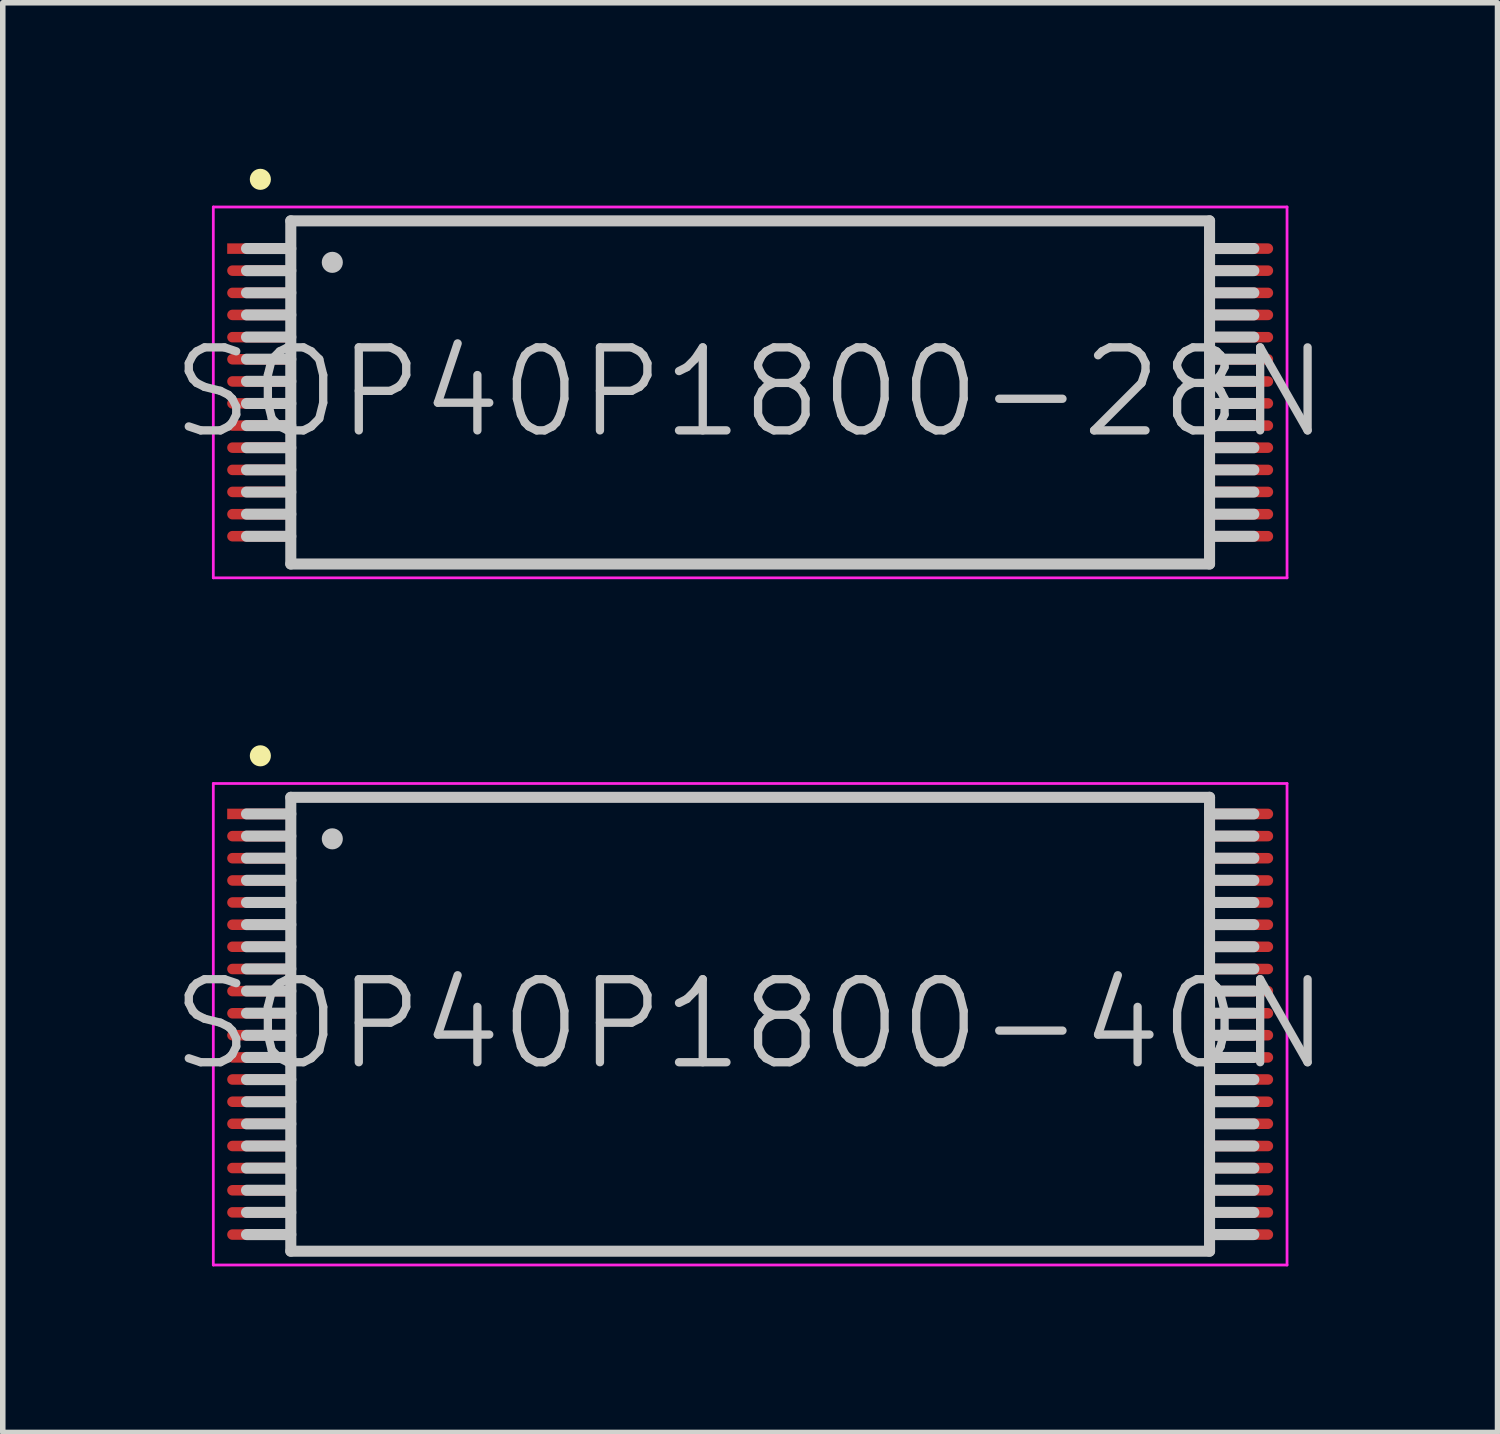
<source format=kicad_pcb>
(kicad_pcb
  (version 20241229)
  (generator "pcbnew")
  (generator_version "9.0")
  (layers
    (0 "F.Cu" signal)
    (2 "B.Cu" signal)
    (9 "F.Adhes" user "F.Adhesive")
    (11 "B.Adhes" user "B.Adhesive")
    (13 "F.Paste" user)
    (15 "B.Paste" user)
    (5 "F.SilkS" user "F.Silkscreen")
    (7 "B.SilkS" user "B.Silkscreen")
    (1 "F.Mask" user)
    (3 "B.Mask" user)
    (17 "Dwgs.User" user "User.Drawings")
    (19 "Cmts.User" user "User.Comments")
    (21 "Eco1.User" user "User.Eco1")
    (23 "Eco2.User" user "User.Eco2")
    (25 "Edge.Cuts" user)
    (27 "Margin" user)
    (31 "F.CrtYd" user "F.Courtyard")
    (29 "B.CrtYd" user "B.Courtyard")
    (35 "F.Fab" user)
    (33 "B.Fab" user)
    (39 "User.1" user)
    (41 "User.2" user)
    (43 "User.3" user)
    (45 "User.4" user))
  (footprint "SOP40P1800-40N"
    (layer "F.Cu")
    (at 10.504 15.456)
    (property "Reference" "SOP40P1800-40N" (at 0 0 0) (layer "Dwgs.User") (effects (font (size 1.5 1.5) (thickness 0.15))))
    (attr smd)
    (fp_line (start -8.85 -4.85) (end -8.85 -4.85) (stroke (width 0.381) (type solid)) (layer "F.SilkS"))
    (fp_line (start -8.3 -4.1) (end -8.3 4.1) (stroke (width 0.2) (type solid)) (layer "Dwgs.User"))
    (fp_line (start -8.3 -4.1) (end 8.3 -4.1) (stroke (width 0.2) (type solid)) (layer "Dwgs.User"))
    (fp_line (start -8.3 -3.8) (end -9.1 -3.8) (stroke (width 0.2) (type solid)) (layer "Dwgs.User"))
    (fp_line (start -8.3 -3.4) (end -9.1 -3.4) (stroke (width 0.2) (type solid)) (layer "Dwgs.User"))
    (fp_line (start -8.3 -3) (end -9.1 -3) (stroke (width 0.2) (type solid)) (layer "Dwgs.User"))
    (fp_line (start -8.3 -2.6) (end -9.1 -2.6) (stroke (width 0.2) (type solid)) (layer "Dwgs.User"))
    (fp_line (start -8.3 -2.2) (end -9.1 -2.2) (stroke (width 0.2) (type solid)) (layer "Dwgs.User"))
    (fp_line (start -8.3 -1.8) (end -9.1 -1.8) (stroke (width 0.2) (type solid)) (layer "Dwgs.User"))
    (fp_line (start -8.3 -1.4) (end -9.1 -1.4) (stroke (width 0.2) (type solid)) (layer "Dwgs.User"))
    (fp_line (start -8.3 -1) (end -9.1 -1) (stroke (width 0.2) (type solid)) (layer "Dwgs.User"))
    (fp_line (start -8.3 -0.6) (end -9.1 -0.6) (stroke (width 0.2) (type solid)) (layer "Dwgs.User"))
    (fp_line (start -8.3 -0.2) (end -9.1 -0.2) (stroke (width 0.2) (type solid)) (layer "Dwgs.User"))
    (fp_line (start -8.3 0.2) (end -9.1 0.2) (stroke (width 0.2) (type solid)) (layer "Dwgs.User"))
    (fp_line (start -8.3 0.6) (end -9.1 0.6) (stroke (width 0.2) (type solid)) (layer "Dwgs.User"))
    (fp_line (start -8.3 1) (end -9.1 1) (stroke (width 0.2) (type solid)) (layer "Dwgs.User"))
    (fp_line (start -8.3 1.4) (end -9.1 1.4) (stroke (width 0.2) (type solid)) (layer "Dwgs.User"))
    (fp_line (start -8.3 1.8) (end -9.1 1.8) (stroke (width 0.2) (type solid)) (layer "Dwgs.User"))
    (fp_line (start -8.3 2.2) (end -9.1 2.2) (stroke (width 0.2) (type solid)) (layer "Dwgs.User"))
    (fp_line (start -8.3 2.6) (end -9.1 2.6) (stroke (width 0.2) (type solid)) (layer "Dwgs.User"))
    (fp_line (start -8.3 3) (end -9.1 3) (stroke (width 0.2) (type solid)) (layer "Dwgs.User"))
    (fp_line (start -8.3 3.4) (end -9.1 3.4) (stroke (width 0.2) (type solid)) (layer "Dwgs.User"))
    (fp_line (start -8.3 3.8) (end -9.1 3.8) (stroke (width 0.2) (type solid)) (layer "Dwgs.User"))
    (fp_line (start -8.3 4.1) (end 8.3 4.1) (stroke (width 0.2) (type solid)) (layer "Dwgs.User"))
    (fp_line (start -7.55 -3.35) (end -7.55 -3.35) (stroke (width 0.381) (type solid)) (layer "Dwgs.User"))
    (fp_line (start 8.3 -4.1) (end 8.3 4.1) (stroke (width 0.2) (type solid)) (layer "Dwgs.User"))
    (fp_line (start 9.1 -3.8) (end 8.3 -3.8) (stroke (width 0.2) (type solid)) (layer "Dwgs.User"))
    (fp_line (start 9.1 -3.4) (end 8.3 -3.4) (stroke (width 0.2) (type solid)) (layer "Dwgs.User"))
    (fp_line (start 9.1 -3) (end 8.3 -3) (stroke (width 0.2) (type solid)) (layer "Dwgs.User"))
    (fp_line (start 9.1 -2.6) (end 8.3 -2.6) (stroke (width 0.2) (type solid)) (layer "Dwgs.User"))
    (fp_line (start 9.1 -2.2) (end 8.3 -2.2) (stroke (width 0.2) (type solid)) (layer "Dwgs.User"))
    (fp_line (start 9.1 -1.8) (end 8.3 -1.8) (stroke (width 0.2) (type solid)) (layer "Dwgs.User"))
    (fp_line (start 9.1 -1.4) (end 8.3 -1.4) (stroke (width 0.2) (type solid)) (layer "Dwgs.User"))
    (fp_line (start 9.1 -1) (end 8.3 -1) (stroke (width 0.2) (type solid)) (layer "Dwgs.User"))
    (fp_line (start 9.1 -0.6) (end 8.3 -0.6) (stroke (width 0.2) (type solid)) (layer "Dwgs.User"))
    (fp_line (start 9.1 -0.2) (end 8.3 -0.2) (stroke (width 0.2) (type solid)) (layer "Dwgs.User"))
    (fp_line (start 9.1 0.2) (end 8.3 0.2) (stroke (width 0.2) (type solid)) (layer "Dwgs.User"))
    (fp_line (start 9.1 0.6) (end 8.3 0.6) (stroke (width 0.2) (type solid)) (layer "Dwgs.User"))
    (fp_line (start 9.1 1) (end 8.3 1) (stroke (width 0.2) (type solid)) (layer "Dwgs.User"))
    (fp_line (start 9.1 1.4) (end 8.3 1.4) (stroke (width 0.2) (type solid)) (layer "Dwgs.User"))
    (fp_line (start 9.1 1.8) (end 8.3 1.8) (stroke (width 0.2) (type solid)) (layer "Dwgs.User"))
    (fp_line (start 9.1 2.2) (end 8.3 2.2) (stroke (width 0.2) (type solid)) (layer "Dwgs.User"))
    (fp_line (start 9.1 2.6) (end 8.3 2.6) (stroke (width 0.2) (type solid)) (layer "Dwgs.User"))
    (fp_line (start 9.1 3) (end 8.3 3) (stroke (width 0.2) (type solid)) (layer "Dwgs.User"))
    (fp_line (start 9.1 3.4) (end 8.3 3.4) (stroke (width 0.2) (type solid)) (layer "Dwgs.User"))
    (fp_line (start 9.1 3.8) (end 8.3 3.8) (stroke (width 0.2) (type solid)) (layer "Dwgs.User"))
    (fp_line (start -9.7 -4.35) (end -9.7 4.35) (stroke (width 0.05) (type solid)) (layer "F.CrtYd"))
    (fp_line (start -9.7 -4.35) (end 9.7 -4.35) (stroke (width 0.05) (type solid)) (layer "F.CrtYd"))
    (fp_line (start -9.7 4.35) (end 9.7 4.35) (stroke (width 0.05) (type solid)) (layer "F.CrtYd"))
    (fp_line (start 9.7 -4.35) (end 9.7 4.35) (stroke (width 0.05) (type solid)) (layer "F.CrtYd"))
    (pad "1" smd rect (at -8.849 -3.8 90) (size 0.19 1.2) (layers "F.Cu" "F.Mask" "F.Paste"))
    (pad "2" smd oval (at -8.849 -3.399 90) (size 0.19 1.2) (layers "F.Cu" "F.Mask" "F.Paste"))
    (pad "3" smd oval (at -8.849 -3 90) (size 0.19 1.2) (layers "F.Cu" "F.Mask" "F.Paste"))
    (pad "4" smd oval (at -8.849 -2.598 90) (size 0.19 1.2) (layers "F.Cu" "F.Mask" "F.Paste"))
    (pad "5" smd oval (at -8.849 -2.2 90) (size 0.19 1.2) (layers "F.Cu" "F.Mask" "F.Paste"))
    (pad "6" smd oval (at -8.849 -1.798 90) (size 0.19 1.2) (layers "F.Cu" "F.Mask" "F.Paste"))
    (pad "7" smd oval (at -8.849 -1.4 90) (size 0.19 1.2) (layers "F.Cu" "F.Mask" "F.Paste"))
    (pad "8" smd oval (at -8.849 -0.998 90) (size 0.19 1.2) (layers "F.Cu" "F.Mask" "F.Paste"))
    (pad "9" smd oval (at -8.849 -0.599 90) (size 0.19 1.2) (layers "F.Cu" "F.Mask" "F.Paste"))
    (pad "10" smd oval (at -8.849 -0.198 90) (size 0.19 1.2) (layers "F.Cu" "F.Mask" "F.Paste"))
    (pad "11" smd oval (at -8.849 0.198 90) (size 0.19 1.2) (layers "F.Cu" "F.Mask" "F.Paste"))
    (pad "12" smd oval (at -8.849 0.599 90) (size 0.19 1.2) (layers "F.Cu" "F.Mask" "F.Paste"))
    (pad "13" smd oval (at -8.849 0.998 90) (size 0.19 1.2) (layers "F.Cu" "F.Mask" "F.Paste"))
    (pad "14" smd oval (at -8.849 1.4 90) (size 0.19 1.2) (layers "F.Cu" "F.Mask" "F.Paste"))
    (pad "15" smd oval (at -8.849 1.798 90) (size 0.19 1.2) (layers "F.Cu" "F.Mask" "F.Paste"))
    (pad "16" smd oval (at -8.849 2.2 90) (size 0.19 1.2) (layers "F.Cu" "F.Mask" "F.Paste"))
    (pad "17" smd oval (at -8.849 2.598 90) (size 0.19 1.2) (layers "F.Cu" "F.Mask" "F.Paste"))
    (pad "18" smd oval (at -8.849 3 90) (size 0.19 1.2) (layers "F.Cu" "F.Mask" "F.Paste"))
    (pad "19" smd oval (at -8.849 3.399 90) (size 0.19 1.2) (layers "F.Cu" "F.Mask" "F.Paste"))
    (pad "20" smd oval (at -8.849 3.8 90) (size 0.19 1.2) (layers "F.Cu" "F.Mask" "F.Paste"))
    (pad "21" smd oval (at 8.849 3.8 270) (size 0.19 1.2) (layers "F.Cu" "F.Mask" "F.Paste"))
    (pad "22" smd oval (at 8.849 3.399 270) (size 0.19 1.2) (layers "F.Cu" "F.Mask" "F.Paste"))
    (pad "23" smd oval (at 8.849 3 270) (size 0.19 1.2) (layers "F.Cu" "F.Mask" "F.Paste"))
    (pad "24" smd oval (at 8.849 2.598 270) (size 0.19 1.2) (layers "F.Cu" "F.Mask" "F.Paste"))
    (pad "25" smd oval (at 8.849 2.2 270) (size 0.19 1.2) (layers "F.Cu" "F.Mask" "F.Paste"))
    (pad "26" smd oval (at 8.849 1.798 270) (size 0.19 1.2) (layers "F.Cu" "F.Mask" "F.Paste"))
    (pad "27" smd oval (at 8.849 1.4 270) (size 0.19 1.2) (layers "F.Cu" "F.Mask" "F.Paste"))
    (pad "28" smd oval (at 8.849 0.998 270) (size 0.19 1.2) (layers "F.Cu" "F.Mask" "F.Paste"))
    (pad "29" smd oval (at 8.849 0.599 270) (size 0.19 1.2) (layers "F.Cu" "F.Mask" "F.Paste"))
    (pad "30" smd oval (at 8.849 0.198 270) (size 0.19 1.2) (layers "F.Cu" "F.Mask" "F.Paste"))
    (pad "31" smd oval (at 8.849 -0.198 270) (size 0.19 1.2) (layers "F.Cu" "F.Mask" "F.Paste"))
    (pad "32" smd oval (at 8.849 -0.599 270) (size 0.19 1.2) (layers "F.Cu" "F.Mask" "F.Paste"))
    (pad "33" smd oval (at 8.849 -0.998 270) (size 0.19 1.2) (layers "F.Cu" "F.Mask" "F.Paste"))
    (pad "34" smd oval (at 8.849 -1.4 270) (size 0.19 1.2) (layers "F.Cu" "F.Mask" "F.Paste"))
    (pad "35" smd oval (at 8.849 -1.798 270) (size 0.19 1.2) (layers "F.Cu" "F.Mask" "F.Paste"))
    (pad "36" smd oval (at 8.849 -2.2 270) (size 0.19 1.2) (layers "F.Cu" "F.Mask" "F.Paste"))
    (pad "37" smd oval (at 8.849 -2.598 270) (size 0.19 1.2) (layers "F.Cu" "F.Mask" "F.Paste"))
    (pad "38" smd oval (at 8.849 -3 270) (size 0.19 1.2) (layers "F.Cu" "F.Mask" "F.Paste"))
    (pad "39" smd oval (at 8.849 -3.399 270) (size 0.19 1.2) (layers "F.Cu" "F.Mask" "F.Paste"))
    (pad "40" smd oval (at 8.849 -3.8 270) (size 0.19 1.2) (layers "F.Cu" "F.Mask" "F.Paste")))
  (footprint "SOP40P1800-28N"
    (layer "F.Cu")
    (at 10.504 4.04)
    (property "Reference" "SOP40P1800-28N" (at 0 0 0) (layer "Dwgs.User") (effects (font (size 1.5 1.5) (thickness 0.15))))
    (attr smd)
    (fp_line (start -8.85 -3.85) (end -8.85 -3.85) (stroke (width 0.381) (type solid)) (layer "F.SilkS"))
    (fp_line (start -8.3 -3.1) (end -8.3 3.1) (stroke (width 0.2) (type solid)) (layer "Dwgs.User"))
    (fp_line (start -8.3 -3.1) (end 8.3 -3.1) (stroke (width 0.2) (type solid)) (layer "Dwgs.User"))
    (fp_line (start -8.3 -2.6) (end -9.1 -2.6) (stroke (width 0.2) (type solid)) (layer "Dwgs.User"))
    (fp_line (start -8.3 -2.2) (end -9.1 -2.2) (stroke (width 0.2) (type solid)) (layer "Dwgs.User"))
    (fp_line (start -8.3 -1.8) (end -9.1 -1.8) (stroke (width 0.2) (type solid)) (layer "Dwgs.User"))
    (fp_line (start -8.3 -1.4) (end -9.1 -1.4) (stroke (width 0.2) (type solid)) (layer "Dwgs.User"))
    (fp_line (start -8.3 -1) (end -9.1 -1) (stroke (width 0.2) (type solid)) (layer "Dwgs.User"))
    (fp_line (start -8.3 -0.6) (end -9.1 -0.6) (stroke (width 0.2) (type solid)) (layer "Dwgs.User"))
    (fp_line (start -8.3 -0.2) (end -9.1 -0.2) (stroke (width 0.2) (type solid)) (layer "Dwgs.User"))
    (fp_line (start -8.3 0.2) (end -9.1 0.2) (stroke (width 0.2) (type solid)) (layer "Dwgs.User"))
    (fp_line (start -8.3 0.6) (end -9.1 0.6) (stroke (width 0.2) (type solid)) (layer "Dwgs.User"))
    (fp_line (start -8.3 1) (end -9.1 1) (stroke (width 0.2) (type solid)) (layer "Dwgs.User"))
    (fp_line (start -8.3 1.4) (end -9.1 1.4) (stroke (width 0.2) (type solid)) (layer "Dwgs.User"))
    (fp_line (start -8.3 1.8) (end -9.1 1.8) (stroke (width 0.2) (type solid)) (layer "Dwgs.User"))
    (fp_line (start -8.3 2.2) (end -9.1 2.2) (stroke (width 0.2) (type solid)) (layer "Dwgs.User"))
    (fp_line (start -8.3 2.6) (end -9.1 2.6) (stroke (width 0.2) (type solid)) (layer "Dwgs.User"))
    (fp_line (start -8.3 3.1) (end 8.3 3.1) (stroke (width 0.2) (type solid)) (layer "Dwgs.User"))
    (fp_line (start -7.55 -2.35) (end -7.55 -2.35) (stroke (width 0.381) (type solid)) (layer "Dwgs.User"))
    (fp_line (start 8.3 -3.1) (end 8.3 3.1) (stroke (width 0.2) (type solid)) (layer "Dwgs.User"))
    (fp_line (start 9.1 -2.6) (end 8.3 -2.6) (stroke (width 0.2) (type solid)) (layer "Dwgs.User"))
    (fp_line (start 9.1 -2.2) (end 8.3 -2.2) (stroke (width 0.2) (type solid)) (layer "Dwgs.User"))
    (fp_line (start 9.1 -1.8) (end 8.3 -1.8) (stroke (width 0.2) (type solid)) (layer "Dwgs.User"))
    (fp_line (start 9.1 -1.4) (end 8.3 -1.4) (stroke (width 0.2) (type solid)) (layer "Dwgs.User"))
    (fp_line (start 9.1 -1) (end 8.3 -1) (stroke (width 0.2) (type solid)) (layer "Dwgs.User"))
    (fp_line (start 9.1 -0.6) (end 8.3 -0.6) (stroke (width 0.2) (type solid)) (layer "Dwgs.User"))
    (fp_line (start 9.1 -0.2) (end 8.3 -0.2) (stroke (width 0.2) (type solid)) (layer "Dwgs.User"))
    (fp_line (start 9.1 0.2) (end 8.3 0.2) (stroke (width 0.2) (type solid)) (layer "Dwgs.User"))
    (fp_line (start 9.1 0.6) (end 8.3 0.6) (stroke (width 0.2) (type solid)) (layer "Dwgs.User"))
    (fp_line (start 9.1 1) (end 8.3 1) (stroke (width 0.2) (type solid)) (layer "Dwgs.User"))
    (fp_line (start 9.1 1.4) (end 8.3 1.4) (stroke (width 0.2) (type solid)) (layer "Dwgs.User"))
    (fp_line (start 9.1 1.8) (end 8.3 1.8) (stroke (width 0.2) (type solid)) (layer "Dwgs.User"))
    (fp_line (start 9.1 2.2) (end 8.3 2.2) (stroke (width 0.2) (type solid)) (layer "Dwgs.User"))
    (fp_line (start 9.1 2.6) (end 8.3 2.6) (stroke (width 0.2) (type solid)) (layer "Dwgs.User"))
    (fp_line (start -9.7 -3.35) (end -9.7 3.35) (stroke (width 0.05) (type solid)) (layer "F.CrtYd"))
    (fp_line (start -9.7 -3.35) (end 9.7 -3.35) (stroke (width 0.05) (type solid)) (layer "F.CrtYd"))
    (fp_line (start -9.7 3.35) (end 9.7 3.35) (stroke (width 0.05) (type solid)) (layer "F.CrtYd"))
    (fp_line (start 9.7 -3.35) (end 9.7 3.35) (stroke (width 0.05) (type solid)) (layer "F.CrtYd"))
    (pad "1" smd rect (at -8.849 -2.598 90) (size 0.19 1.2) (layers "F.Cu" "F.Mask" "F.Paste"))
    (pad "2" smd oval (at -8.849 -2.2 90) (size 0.19 1.2) (layers "F.Cu" "F.Mask" "F.Paste"))
    (pad "3" smd oval (at -8.849 -1.798 90) (size 0.19 1.2) (layers "F.Cu" "F.Mask" "F.Paste"))
    (pad "4" smd oval (at -8.849 -1.4 90) (size 0.19 1.2) (layers "F.Cu" "F.Mask" "F.Paste"))
    (pad "5" smd oval (at -8.849 -0.998 90) (size 0.19 1.2) (layers "F.Cu" "F.Mask" "F.Paste"))
    (pad "6" smd oval (at -8.849 -0.599 90) (size 0.19 1.2) (layers "F.Cu" "F.Mask" "F.Paste"))
    (pad "7" smd oval (at -8.849 -0.198 90) (size 0.19 1.2) (layers "F.Cu" "F.Mask" "F.Paste"))
    (pad "8" smd oval (at -8.849 0.198 90) (size 0.19 1.2) (layers "F.Cu" "F.Mask" "F.Paste"))
    (pad "9" smd oval (at -8.849 0.599 90) (size 0.19 1.2) (layers "F.Cu" "F.Mask" "F.Paste"))
    (pad "10" smd oval (at -8.849 0.998 90) (size 0.19 1.2) (layers "F.Cu" "F.Mask" "F.Paste"))
    (pad "11" smd oval (at -8.849 1.4 90) (size 0.19 1.2) (layers "F.Cu" "F.Mask" "F.Paste"))
    (pad "12" smd oval (at -8.849 1.798 90) (size 0.19 1.2) (layers "F.Cu" "F.Mask" "F.Paste"))
    (pad "13" smd oval (at -8.849 2.2 90) (size 0.19 1.2) (layers "F.Cu" "F.Mask" "F.Paste"))
    (pad "14" smd oval (at -8.849 2.598 90) (size 0.19 1.2) (layers "F.Cu" "F.Mask" "F.Paste"))
    (pad "15" smd oval (at 8.849 2.598 270) (size 0.19 1.2) (layers "F.Cu" "F.Mask" "F.Paste"))
    (pad "16" smd oval (at 8.849 2.2 270) (size 0.19 1.2) (layers "F.Cu" "F.Mask" "F.Paste"))
    (pad "17" smd oval (at 8.849 1.798 270) (size 0.19 1.2) (layers "F.Cu" "F.Mask" "F.Paste"))
    (pad "18" smd oval (at 8.849 1.4 270) (size 0.19 1.2) (layers "F.Cu" "F.Mask" "F.Paste"))
    (pad "19" smd oval (at 8.849 0.998 270) (size 0.19 1.2) (layers "F.Cu" "F.Mask" "F.Paste"))
    (pad "20" smd oval (at 8.849 0.599 270) (size 0.19 1.2) (layers "F.Cu" "F.Mask" "F.Paste"))
    (pad "21" smd oval (at 8.849 0.198 270) (size 0.19 1.2) (layers "F.Cu" "F.Mask" "F.Paste"))
    (pad "22" smd oval (at 8.849 -0.198 270) (size 0.19 1.2) (layers "F.Cu" "F.Mask" "F.Paste"))
    (pad "23" smd oval (at 8.849 -0.599 270) (size 0.19 1.2) (layers "F.Cu" "F.Mask" "F.Paste"))
    (pad "24" smd oval (at 8.849 -0.998 270) (size 0.19 1.2) (layers "F.Cu" "F.Mask" "F.Paste"))
    (pad "25" smd oval (at 8.849 -1.4 270) (size 0.19 1.2) (layers "F.Cu" "F.Mask" "F.Paste"))
    (pad "26" smd oval (at 8.849 -1.798 270) (size 0.19 1.2) (layers "F.Cu" "F.Mask" "F.Paste"))
    (pad "27" smd oval (at 8.849 -2.2 270) (size 0.19 1.2) (layers "F.Cu" "F.Mask" "F.Paste"))
    (pad "28" smd oval (at 8.849 -2.598 270) (size 0.19 1.2) (layers "F.Cu" "F.Mask" "F.Paste")))
  (gr_rect
    (start -3 -3)
    (end 24.007 22.831)
    (stroke (width 0.1) (type default))
    (fill no)
    (layer "Edge.Cuts")))
</source>
